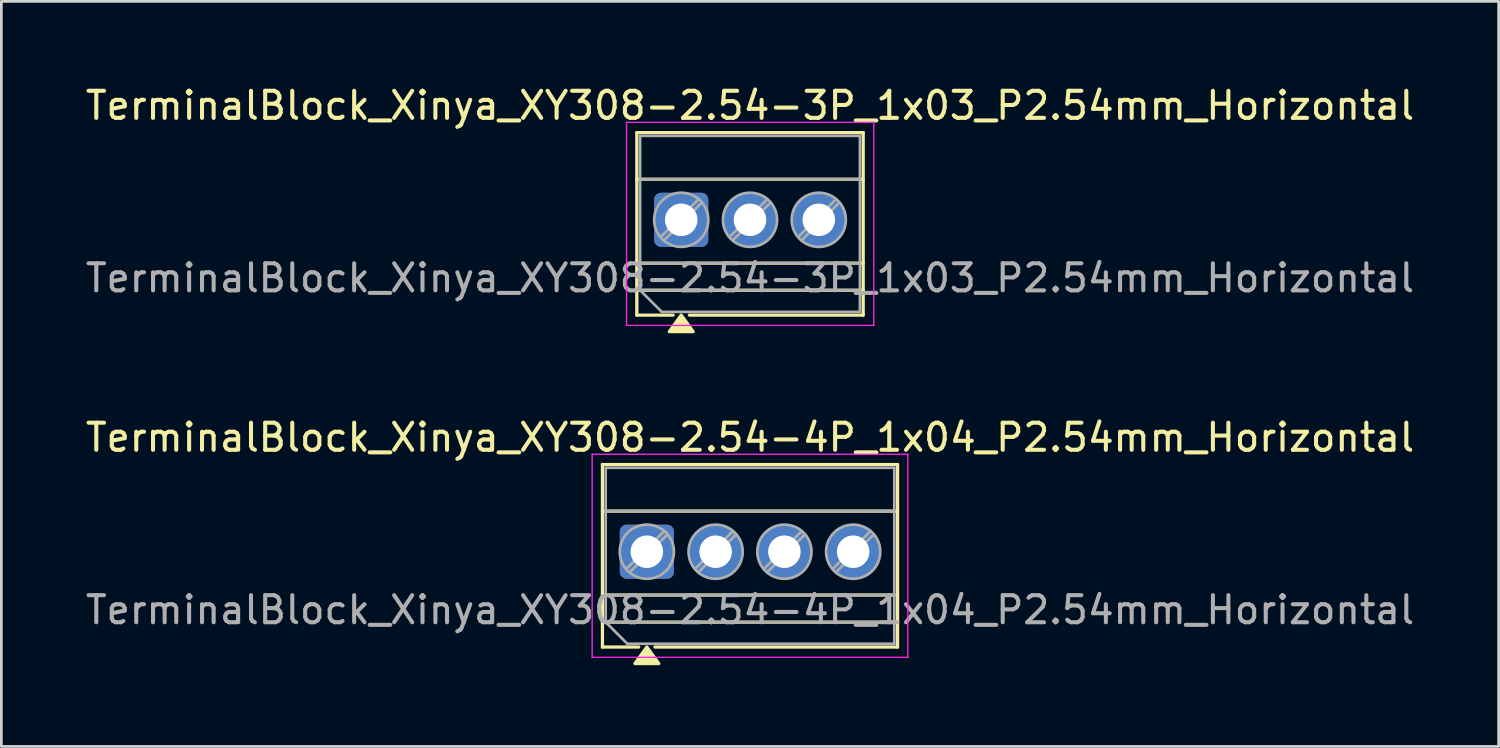
<source format=kicad_pcb>
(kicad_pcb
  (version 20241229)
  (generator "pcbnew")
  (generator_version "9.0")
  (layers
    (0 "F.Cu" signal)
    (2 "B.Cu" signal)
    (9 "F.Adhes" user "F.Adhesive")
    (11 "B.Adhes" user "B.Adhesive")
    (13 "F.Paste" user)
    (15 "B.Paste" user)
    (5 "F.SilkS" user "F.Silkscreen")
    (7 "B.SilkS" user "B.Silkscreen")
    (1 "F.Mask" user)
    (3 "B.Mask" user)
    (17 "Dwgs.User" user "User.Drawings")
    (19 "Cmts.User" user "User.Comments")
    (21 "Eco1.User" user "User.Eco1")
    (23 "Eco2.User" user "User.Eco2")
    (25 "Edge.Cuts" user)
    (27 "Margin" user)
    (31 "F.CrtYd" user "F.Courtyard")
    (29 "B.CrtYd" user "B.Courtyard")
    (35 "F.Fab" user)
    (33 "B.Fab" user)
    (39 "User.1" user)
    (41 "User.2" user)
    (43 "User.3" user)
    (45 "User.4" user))
  (footprint "TerminalBlock_Xinya_XY308-2.54-4P_1x04_P2.54mm_Horizontal"
    (layer "F.Cu")
    (at 20.839 17.326)
    (property "Reference" "TerminalBlock_Xinya_XY308-2.54-4P_1x04_P2.54mm_Horizontal" (at 3.81 -4.22 0) (layer "F.SilkS") (effects (font (size 1 1) (thickness 0.15))))
    (attr through_hole)
    (fp_line (start -1.64 -3.22) (end 9.26 -3.22) (stroke (width 0.12) (type solid)) (layer "F.SilkS"))
    (fp_line (start -1.64 -1.5) (end 9.26 -1.5) (stroke (width 0.12) (type solid)) (layer "F.SilkS"))
    (fp_line (start -1.64 1.6) (end 9.26 1.6) (stroke (width 0.12) (type solid)) (layer "F.SilkS"))
    (fp_line (start -1.64 2.6) (end 9.26 2.6) (stroke (width 0.12) (type solid)) (layer "F.SilkS"))
    (fp_line (start -1.64 3.52) (end -1.64 -3.22) (stroke (width 0.12) (type solid)) (layer "F.SilkS"))
    (fp_line (start -0.3 3.52) (end -1.64 3.52) (stroke (width 0.12) (type solid)) (layer "F.SilkS"))
    (fp_line (start 9.26 -3.22) (end 9.26 3.52) (stroke (width 0.12) (type solid)) (layer "F.SilkS"))
    (fp_line (start 9.26 3.52) (end 0.3 3.52) (stroke (width 0.12) (type solid)) (layer "F.SilkS"))
    (fp_poly (pts (xy 0 3.52) (xy 0.44 4.13) (xy -0.44 4.13)) (stroke (width 0.12) (type solid)) (fill yes) (layer "F.SilkS"))
    (fp_line (start -2.02 -3.6) (end -2.02 3.9) (stroke (width 0.05) (type solid)) (layer "F.CrtYd"))
    (fp_line (start -2.02 3.9) (end 9.64 3.9) (stroke (width 0.05) (type solid)) (layer "F.CrtYd"))
    (fp_line (start 9.64 -3.6) (end -2.02 -3.6) (stroke (width 0.05) (type solid)) (layer "F.CrtYd"))
    (fp_line (start 9.64 3.9) (end 9.64 -3.6) (stroke (width 0.05) (type solid)) (layer "F.CrtYd"))
    (fp_line (start -1.52 -3.1) (end 9.14 -3.1) (stroke (width 0.1) (type solid)) (layer "F.Fab"))
    (fp_line (start -1.52 -1.5) (end 9.14 -1.5) (stroke (width 0.1) (type solid)) (layer "F.Fab"))
    (fp_line (start -1.52 1.6) (end 9.14 1.6) (stroke (width 0.1) (type solid)) (layer "F.Fab"))
    (fp_line (start -1.52 2.6) (end -1.52 -3.1) (stroke (width 0.1) (type solid)) (layer "F.Fab"))
    (fp_line (start -1.52 2.6) (end 9.14 2.6) (stroke (width 0.1) (type solid)) (layer "F.Fab"))
    (fp_line (start -0.72 3.4) (end -1.52 2.6) (stroke (width 0.1) (type solid)) (layer "F.Fab"))
    (fp_line (start 0.636 -0.758) (end -0.758 0.636) (stroke (width 0.1) (type solid)) (layer "F.Fab"))
    (fp_line (start 0.758 -0.636) (end -0.636 0.758) (stroke (width 0.1) (type solid)) (layer "F.Fab"))
    (fp_line (start 3.176 -0.758) (end 1.782 0.636) (stroke (width 0.1) (type solid)) (layer "F.Fab"))
    (fp_line (start 3.298 -0.636) (end 1.904 0.758) (stroke (width 0.1) (type solid)) (layer "F.Fab"))
    (fp_line (start 5.716 -0.758) (end 4.322 0.636) (stroke (width 0.1) (type solid)) (layer "F.Fab"))
    (fp_line (start 5.838 -0.636) (end 4.444 0.758) (stroke (width 0.1) (type solid)) (layer "F.Fab"))
    (fp_line (start 8.256 -0.758) (end 6.862 0.636) (stroke (width 0.1) (type solid)) (layer "F.Fab"))
    (fp_line (start 8.378 -0.636) (end 6.984 0.758) (stroke (width 0.1) (type solid)) (layer "F.Fab"))
    (fp_line (start 9.14 -3.1) (end 9.14 3.4) (stroke (width 0.1) (type solid)) (layer "F.Fab"))
    (fp_line (start 9.14 3.4) (end -0.72 3.4) (stroke (width 0.1) (type solid)) (layer "F.Fab"))
    (fp_circle (center 0 0) (end 1 0) (stroke (width 0.1) (type solid)) (fill no) (layer "F.Fab"))
    (fp_circle (center 2.54 0) (end 3.54 0) (stroke (width 0.1) (type solid)) (fill no) (layer "F.Fab"))
    (fp_circle (center 5.08 0) (end 6.08 0) (stroke (width 0.1) (type solid)) (fill no) (layer "F.Fab"))
    (fp_circle (center 7.62 0) (end 8.62 0) (stroke (width 0.1) (type solid)) (fill no) (layer "F.Fab"))
    (fp_text user "${REFERENCE}" (at 3.81 2.15 0) (layer "F.Fab") (effects (font (size 1 1) (thickness 0.15))))
    (pad "1" thru_hole roundrect (at 0 0) (size 2 2) (drill 1.2) (layers "*.Cu" "*.Mask") (roundrect_rratio 0.125))
    (pad "2" thru_hole circle (at 2.54 0) (size 2 2) (drill 1.2) (layers "*.Cu" "*.Mask"))
    (pad "3" thru_hole circle (at 5.08 0) (size 2 2) (drill 1.2) (layers "*.Cu" "*.Mask"))
    (pad "4" thru_hole circle (at 7.62 0) (size 2 2) (drill 1.2) (layers "*.Cu" "*.Mask")))
  (footprint "TerminalBlock_Xinya_XY308-2.54-3P_1x03_P2.54mm_Horizontal"
    (layer "F.Cu")
    (at 22.109 5.068)
    (property "Reference" "TerminalBlock_Xinya_XY308-2.54-3P_1x03_P2.54mm_Horizontal" (at 2.54 -4.22 0) (layer "F.SilkS") (effects (font (size 1 1) (thickness 0.15))))
    (attr through_hole)
    (fp_line (start -1.64 -3.22) (end 6.72 -3.22) (stroke (width 0.12) (type solid)) (layer "F.SilkS"))
    (fp_line (start -1.64 -1.5) (end 6.72 -1.5) (stroke (width 0.12) (type solid)) (layer "F.SilkS"))
    (fp_line (start -1.64 1.6) (end 6.72 1.6) (stroke (width 0.12) (type solid)) (layer "F.SilkS"))
    (fp_line (start -1.64 2.6) (end 6.72 2.6) (stroke (width 0.12) (type solid)) (layer "F.SilkS"))
    (fp_line (start -1.64 3.52) (end -1.64 -3.22) (stroke (width 0.12) (type solid)) (layer "F.SilkS"))
    (fp_line (start -0.3 3.52) (end -1.64 3.52) (stroke (width 0.12) (type solid)) (layer "F.SilkS"))
    (fp_line (start 6.72 -3.22) (end 6.72 3.52) (stroke (width 0.12) (type solid)) (layer "F.SilkS"))
    (fp_line (start 6.72 3.52) (end 0.3 3.52) (stroke (width 0.12) (type solid)) (layer "F.SilkS"))
    (fp_poly (pts (xy 0 3.52) (xy 0.44 4.13) (xy -0.44 4.13)) (stroke (width 0.12) (type solid)) (fill yes) (layer "F.SilkS"))
    (fp_line (start -2.02 -3.6) (end -2.02 3.9) (stroke (width 0.05) (type solid)) (layer "F.CrtYd"))
    (fp_line (start -2.02 3.9) (end 7.11 3.9) (stroke (width 0.05) (type solid)) (layer "F.CrtYd"))
    (fp_line (start 7.11 -3.6) (end -2.02 -3.6) (stroke (width 0.05) (type solid)) (layer "F.CrtYd"))
    (fp_line (start 7.11 3.9) (end 7.11 -3.6) (stroke (width 0.05) (type solid)) (layer "F.CrtYd"))
    (fp_line (start -1.52 -3.1) (end 6.6 -3.1) (stroke (width 0.1) (type solid)) (layer "F.Fab"))
    (fp_line (start -1.52 -1.5) (end 6.6 -1.5) (stroke (width 0.1) (type solid)) (layer "F.Fab"))
    (fp_line (start -1.52 1.6) (end 6.6 1.6) (stroke (width 0.1) (type solid)) (layer "F.Fab"))
    (fp_line (start -1.52 2.6) (end -1.52 -3.1) (stroke (width 0.1) (type solid)) (layer "F.Fab"))
    (fp_line (start -1.52 2.6) (end 6.6 2.6) (stroke (width 0.1) (type solid)) (layer "F.Fab"))
    (fp_line (start -0.72 3.4) (end -1.52 2.6) (stroke (width 0.1) (type solid)) (layer "F.Fab"))
    (fp_line (start 0.636 -0.758) (end -0.758 0.636) (stroke (width 0.1) (type solid)) (layer "F.Fab"))
    (fp_line (start 0.758 -0.636) (end -0.636 0.758) (stroke (width 0.1) (type solid)) (layer "F.Fab"))
    (fp_line (start 3.176 -0.758) (end 1.782 0.636) (stroke (width 0.1) (type solid)) (layer "F.Fab"))
    (fp_line (start 3.298 -0.636) (end 1.904 0.758) (stroke (width 0.1) (type solid)) (layer "F.Fab"))
    (fp_line (start 5.716 -0.758) (end 4.322 0.636) (stroke (width 0.1) (type solid)) (layer "F.Fab"))
    (fp_line (start 5.838 -0.636) (end 4.444 0.758) (stroke (width 0.1) (type solid)) (layer "F.Fab"))
    (fp_line (start 6.6 -3.1) (end 6.6 3.4) (stroke (width 0.1) (type solid)) (layer "F.Fab"))
    (fp_line (start 6.6 3.4) (end -0.72 3.4) (stroke (width 0.1) (type solid)) (layer "F.Fab"))
    (fp_circle (center 0 0) (end 1 0) (stroke (width 0.1) (type solid)) (fill no) (layer "F.Fab"))
    (fp_circle (center 2.54 0) (end 3.54 0) (stroke (width 0.1) (type solid)) (fill no) (layer "F.Fab"))
    (fp_circle (center 5.08 0) (end 6.08 0) (stroke (width 0.1) (type solid)) (fill no) (layer "F.Fab"))
    (fp_text user "${REFERENCE}" (at 2.54 2.15 0) (layer "F.Fab") (effects (font (size 1 1) (thickness 0.15))))
    (pad "1" thru_hole roundrect (at 0 0) (size 2 2) (drill 1.2) (layers "*.Cu" "*.Mask") (roundrect_rratio 0.125))
    (pad "2" thru_hole circle (at 2.54 0) (size 2 2) (drill 1.2) (layers "*.Cu" "*.Mask"))
    (pad "3" thru_hole circle (at 5.08 0) (size 2 2) (drill 1.2) (layers "*.Cu" "*.Mask")))
  (gr_rect
    (start -3 -3)
    (end 52.298 24.517)
    (stroke (width 0.1) (type default))
    (fill no)
    (layer "Edge.Cuts")))
</source>
